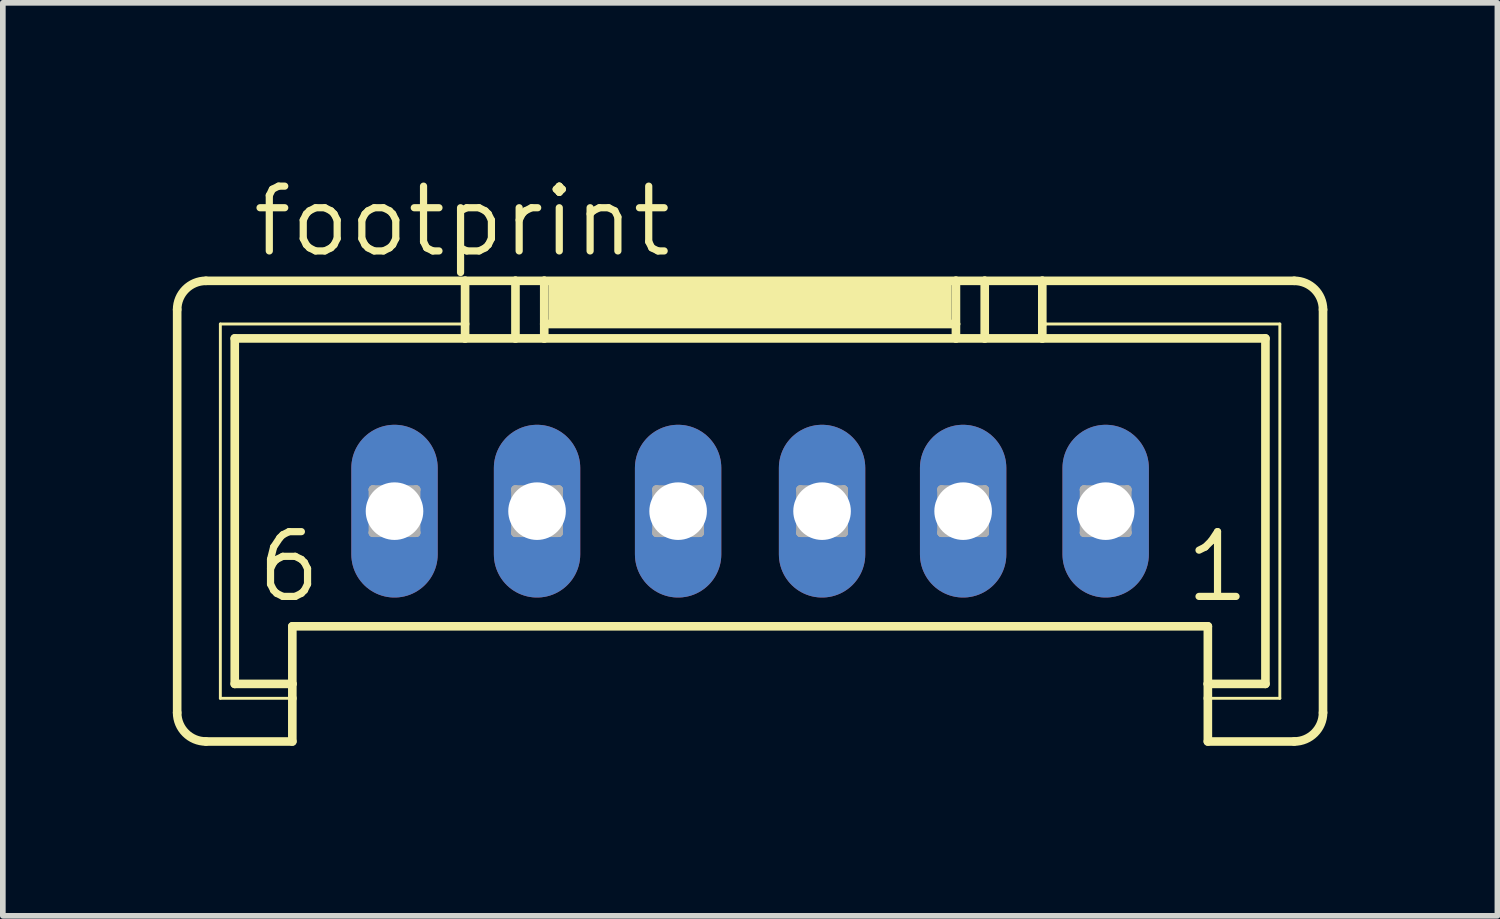
<source format=kicad_pcb>
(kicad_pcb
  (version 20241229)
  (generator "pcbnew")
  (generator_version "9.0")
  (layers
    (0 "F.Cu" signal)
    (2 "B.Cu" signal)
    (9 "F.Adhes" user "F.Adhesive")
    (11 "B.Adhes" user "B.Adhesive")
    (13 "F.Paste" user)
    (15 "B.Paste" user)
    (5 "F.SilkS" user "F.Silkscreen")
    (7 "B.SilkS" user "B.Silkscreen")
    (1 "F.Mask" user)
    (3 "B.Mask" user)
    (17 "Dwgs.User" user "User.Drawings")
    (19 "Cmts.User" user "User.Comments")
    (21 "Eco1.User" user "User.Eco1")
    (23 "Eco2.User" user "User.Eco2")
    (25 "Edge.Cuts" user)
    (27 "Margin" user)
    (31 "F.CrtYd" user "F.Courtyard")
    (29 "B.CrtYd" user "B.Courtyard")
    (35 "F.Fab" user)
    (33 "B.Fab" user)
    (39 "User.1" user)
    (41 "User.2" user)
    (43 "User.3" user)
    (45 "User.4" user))
  (footprint "footprint"
    (layer "F.Cu")
    (at 10.185 3.429)
    (property "Reference" "footprint" (at -8.839 -1.905 0) (layer "F.SilkS") (effects (font (size 1.143 1.143) (thickness 0.127)) (justify left bottom)))
    (fp_line (start -10.109 6.096) (end -10.109 -1.016) (stroke (width 0.152) (type solid)) (layer "F.SilkS"))
    (fp_line (start -9.601 -1.524) (end -5.029 -1.524) (stroke (width 0.152) (type solid)) (layer "F.SilkS"))
    (fp_line (start -9.347 -0.762) (end -5.029 -0.762) (stroke (width 0.051) (type solid)) (layer "F.SilkS"))
    (fp_line (start -9.347 5.842) (end -9.347 -0.762) (stroke (width 0.051) (type solid)) (layer "F.SilkS"))
    (fp_line (start -9.093 -0.508) (end -5.029 -0.508) (stroke (width 0.152) (type solid)) (layer "F.SilkS"))
    (fp_line (start -9.093 5.588) (end -9.093 -0.508) (stroke (width 0.152) (type solid)) (layer "F.SilkS"))
    (fp_line (start -8.077 5.588) (end -9.093 5.588) (stroke (width 0.152) (type solid)) (layer "F.SilkS"))
    (fp_line (start -8.077 5.588) (end -8.077 4.572) (stroke (width 0.152) (type solid)) (layer "F.SilkS"))
    (fp_line (start -8.077 5.588) (end -8.077 5.842) (stroke (width 0.152) (type solid)) (layer "F.SilkS"))
    (fp_line (start -8.077 5.842) (end -9.347 5.842) (stroke (width 0.051) (type solid)) (layer "F.SilkS"))
    (fp_line (start -8.077 5.842) (end -8.077 6.604) (stroke (width 0.152) (type solid)) (layer "F.SilkS"))
    (fp_line (start -8.077 6.604) (end -9.601 6.604) (stroke (width 0.152) (type solid)) (layer "F.SilkS"))
    (fp_line (start -5.029 -1.524) (end -5.029 -0.762) (stroke (width 0.152) (type solid)) (layer "F.SilkS"))
    (fp_line (start -5.029 -1.524) (end -4.14 -1.524) (stroke (width 0.152) (type solid)) (layer "F.SilkS"))
    (fp_line (start -5.029 -0.762) (end -5.029 -0.508) (stroke (width 0.152) (type solid)) (layer "F.SilkS"))
    (fp_line (start -5.029 -0.508) (end -4.14 -0.508) (stroke (width 0.152) (type solid)) (layer "F.SilkS"))
    (fp_line (start -4.14 -1.524) (end -4.14 -0.508) (stroke (width 0.152) (type solid)) (layer "F.SilkS"))
    (fp_line (start -4.14 -1.524) (end -3.632 -1.524) (stroke (width 0.152) (type solid)) (layer "F.SilkS"))
    (fp_line (start -4.14 -0.508) (end -3.632 -0.508) (stroke (width 0.152) (type solid)) (layer "F.SilkS"))
    (fp_line (start -3.632 -1.524) (end -3.632 -0.762) (stroke (width 0.152) (type solid)) (layer "F.SilkS"))
    (fp_line (start -3.632 -1.524) (end 3.632 -1.524) (stroke (width 0.152) (type solid)) (layer "F.SilkS"))
    (fp_line (start -3.632 -0.762) (end -3.632 -0.508) (stroke (width 0.152) (type solid)) (layer "F.SilkS"))
    (fp_line (start -3.632 -0.762) (end 3.632 -0.762) (stroke (width 0.152) (type solid)) (layer "F.SilkS"))
    (fp_line (start -3.632 -0.508) (end 3.632 -0.508) (stroke (width 0.152) (type solid)) (layer "F.SilkS"))
    (fp_line (start 3.632 -1.524) (end 3.632 -0.762) (stroke (width 0.152) (type solid)) (layer "F.SilkS"))
    (fp_line (start 3.632 -1.524) (end 4.14 -1.524) (stroke (width 0.152) (type solid)) (layer "F.SilkS"))
    (fp_line (start 3.632 -0.762) (end 3.632 -0.508) (stroke (width 0.152) (type solid)) (layer "F.SilkS"))
    (fp_line (start 3.632 -0.508) (end 4.14 -0.508) (stroke (width 0.152) (type solid)) (layer "F.SilkS"))
    (fp_line (start 4.14 -1.524) (end 4.14 -0.508) (stroke (width 0.152) (type solid)) (layer "F.SilkS"))
    (fp_line (start 4.14 -1.524) (end 5.156 -1.524) (stroke (width 0.152) (type solid)) (layer "F.SilkS"))
    (fp_line (start 4.14 -0.508) (end 5.156 -0.508) (stroke (width 0.152) (type solid)) (layer "F.SilkS"))
    (fp_line (start 5.156 -1.524) (end 5.156 -0.762) (stroke (width 0.152) (type solid)) (layer "F.SilkS"))
    (fp_line (start 5.156 -1.524) (end 9.601 -1.524) (stroke (width 0.152) (type solid)) (layer "F.SilkS"))
    (fp_line (start 5.156 -0.762) (end 5.156 -0.508) (stroke (width 0.152) (type solid)) (layer "F.SilkS"))
    (fp_line (start 5.156 -0.762) (end 9.347 -0.762) (stroke (width 0.051) (type solid)) (layer "F.SilkS"))
    (fp_line (start 5.156 -0.508) (end 9.093 -0.508) (stroke (width 0.152) (type solid)) (layer "F.SilkS"))
    (fp_line (start 8.077 4.572) (end -8.077 4.572) (stroke (width 0.152) (type solid)) (layer "F.SilkS"))
    (fp_line (start 8.077 5.588) (end 8.077 4.572) (stroke (width 0.152) (type solid)) (layer "F.SilkS"))
    (fp_line (start 8.077 5.842) (end 8.077 5.588) (stroke (width 0.152) (type solid)) (layer "F.SilkS"))
    (fp_line (start 8.077 6.604) (end 8.077 5.842) (stroke (width 0.152) (type solid)) (layer "F.SilkS"))
    (fp_line (start 9.093 -0.508) (end 9.093 5.588) (stroke (width 0.152) (type solid)) (layer "F.SilkS"))
    (fp_line (start 9.093 5.588) (end 8.077 5.588) (stroke (width 0.152) (type solid)) (layer "F.SilkS"))
    (fp_line (start 9.347 -0.762) (end 9.347 5.842) (stroke (width 0.051) (type solid)) (layer "F.SilkS"))
    (fp_line (start 9.347 5.842) (end 8.077 5.842) (stroke (width 0.051) (type solid)) (layer "F.SilkS"))
    (fp_line (start 9.601 6.604) (end 8.077 6.604) (stroke (width 0.152) (type solid)) (layer "F.SilkS"))
    (fp_line (start 10.109 -1.016) (end 10.109 6.096) (stroke (width 0.152) (type solid)) (layer "F.SilkS"))
    (fp_arc (start -10.1092 -1.016) (mid -9.96041 -1.37521) (end -9.6012 -1.524) (stroke (width 0.1524) (type solid)) (layer "F.SilkS"))
    (fp_arc (start -9.6012 6.604) (mid -9.96041 6.45521) (end -10.1092 6.096) (stroke (width 0.1524) (type solid)) (layer "F.SilkS"))
    (fp_arc (start 9.6012 -1.524) (mid 9.96041 -1.37521) (end 10.1092 -1.016) (stroke (width 0.1524) (type solid)) (layer "F.SilkS"))
    (fp_arc (start 10.1092 6.096) (mid 9.96041 6.45521) (end 9.6012 6.604) (stroke (width 0.1524) (type solid)) (layer "F.SilkS"))
    (fp_poly (pts (xy -3.556 -0.762) (xy 3.556 -0.762) (xy 3.556 -1.524) (xy -3.556 -1.524)) (stroke (width 0) (type solid)) (fill yes) (layer "F.SilkS"))
    (fp_line (start -6.655 2.159) (end -6.655 2.921) (stroke (width 0.152) (type solid)) (layer "F.Fab"))
    (fp_line (start -6.655 2.159) (end -5.893 2.921) (stroke (width 0.152) (type solid)) (layer "F.Fab"))
    (fp_line (start -6.655 2.921) (end -5.893 2.921) (stroke (width 0.152) (type solid)) (layer "F.Fab"))
    (fp_line (start -5.893 2.159) (end -6.655 2.159) (stroke (width 0.152) (type solid)) (layer "F.Fab"))
    (fp_line (start -5.893 2.159) (end -6.655 2.921) (stroke (width 0.152) (type solid)) (layer "F.Fab"))
    (fp_line (start -5.893 2.921) (end -5.893 2.159) (stroke (width 0.152) (type solid)) (layer "F.Fab"))
    (fp_line (start -4.14 2.159) (end -4.14 2.921) (stroke (width 0.152) (type solid)) (layer "F.Fab"))
    (fp_line (start -4.14 2.159) (end -3.378 2.921) (stroke (width 0.152) (type solid)) (layer "F.Fab"))
    (fp_line (start -4.14 2.921) (end -3.378 2.921) (stroke (width 0.152) (type solid)) (layer "F.Fab"))
    (fp_line (start -3.378 2.159) (end -4.14 2.159) (stroke (width 0.152) (type solid)) (layer "F.Fab"))
    (fp_line (start -3.378 2.159) (end -4.14 2.921) (stroke (width 0.152) (type solid)) (layer "F.Fab"))
    (fp_line (start -3.378 2.921) (end -3.378 2.159) (stroke (width 0.152) (type solid)) (layer "F.Fab"))
    (fp_line (start -1.651 2.159) (end -1.651 2.921) (stroke (width 0.152) (type solid)) (layer "F.Fab"))
    (fp_line (start -1.651 2.159) (end -0.889 2.921) (stroke (width 0.152) (type solid)) (layer "F.Fab"))
    (fp_line (start -1.651 2.921) (end -0.889 2.921) (stroke (width 0.152) (type solid)) (layer "F.Fab"))
    (fp_line (start -0.889 2.159) (end -1.651 2.159) (stroke (width 0.152) (type solid)) (layer "F.Fab"))
    (fp_line (start -0.889 2.159) (end -1.651 2.921) (stroke (width 0.152) (type solid)) (layer "F.Fab"))
    (fp_line (start -0.889 2.921) (end -0.889 2.159) (stroke (width 0.152) (type solid)) (layer "F.Fab"))
    (fp_line (start 0.889 2.159) (end 0.889 2.921) (stroke (width 0.152) (type solid)) (layer "F.Fab"))
    (fp_line (start 0.889 2.159) (end 1.651 2.921) (stroke (width 0.152) (type solid)) (layer "F.Fab"))
    (fp_line (start 0.889 2.921) (end 1.651 2.921) (stroke (width 0.152) (type solid)) (layer "F.Fab"))
    (fp_line (start 1.651 2.159) (end 0.889 2.159) (stroke (width 0.152) (type solid)) (layer "F.Fab"))
    (fp_line (start 1.651 2.159) (end 0.889 2.921) (stroke (width 0.152) (type solid)) (layer "F.Fab"))
    (fp_line (start 1.651 2.921) (end 1.651 2.159) (stroke (width 0.152) (type solid)) (layer "F.Fab"))
    (fp_line (start 3.378 2.159) (end 3.378 2.921) (stroke (width 0.152) (type solid)) (layer "F.Fab"))
    (fp_line (start 3.378 2.159) (end 4.14 2.921) (stroke (width 0.152) (type solid)) (layer "F.Fab"))
    (fp_line (start 3.378 2.921) (end 4.14 2.921) (stroke (width 0.152) (type solid)) (layer "F.Fab"))
    (fp_line (start 4.14 2.159) (end 3.378 2.159) (stroke (width 0.152) (type solid)) (layer "F.Fab"))
    (fp_line (start 4.14 2.159) (end 3.378 2.921) (stroke (width 0.152) (type solid)) (layer "F.Fab"))
    (fp_line (start 4.14 2.921) (end 4.14 2.159) (stroke (width 0.152) (type solid)) (layer "F.Fab"))
    (fp_line (start 5.893 2.159) (end 5.893 2.921) (stroke (width 0.152) (type solid)) (layer "F.Fab"))
    (fp_line (start 5.893 2.159) (end 6.655 2.921) (stroke (width 0.152) (type solid)) (layer "F.Fab"))
    (fp_line (start 5.893 2.921) (end 6.655 2.921) (stroke (width 0.152) (type solid)) (layer "F.Fab"))
    (fp_line (start 6.655 2.159) (end 5.893 2.159) (stroke (width 0.152) (type solid)) (layer "F.Fab"))
    (fp_line (start 6.655 2.159) (end 5.893 2.921) (stroke (width 0.152) (type solid)) (layer "F.Fab"))
    (fp_line (start 6.655 2.921) (end 6.655 2.159) (stroke (width 0.152) (type solid)) (layer "F.Fab"))
    (fp_text user "6" (at -8.763 4.191 0) (layer "F.SilkS") (effects (font (size 1.143 1.143) (thickness 0.127)) (justify left bottom)))
    (fp_text user "1" (at 7.62 4.191 0) (layer "F.SilkS") (effects (font (size 1.143 1.143) (thickness 0.127)) (justify left bottom)))
    (pad "1" thru_hole oval (at 6.274 2.54 90) (size 3.048 1.524) (drill 1.016) (layers "*.Cu" "*.Mask"))
    (pad "2" thru_hole oval (at 3.759 2.54 90) (size 3.048 1.524) (drill 1.016) (layers "*.Cu" "*.Mask"))
    (pad "3" thru_hole oval (at 1.27 2.54 90) (size 3.048 1.524) (drill 1.016) (layers "*.Cu" "*.Mask"))
    (pad "4" thru_hole oval (at -1.27 2.54 90) (size 3.048 1.524) (drill 1.016) (layers "*.Cu" "*.Mask"))
    (pad "5" thru_hole oval (at -3.759 2.54 90) (size 3.048 1.524) (drill 1.016) (layers "*.Cu" "*.Mask"))
    (pad "6" thru_hole oval (at -6.274 2.54 90) (size 3.048 1.524) (drill 1.016) (layers "*.Cu" "*.Mask")))
  (gr_rect
    (start -3 -3)
    (end 23.371 13.109)
    (stroke (width 0.1) (type default))
    (fill no)
    (layer "Edge.Cuts")))
</source>
